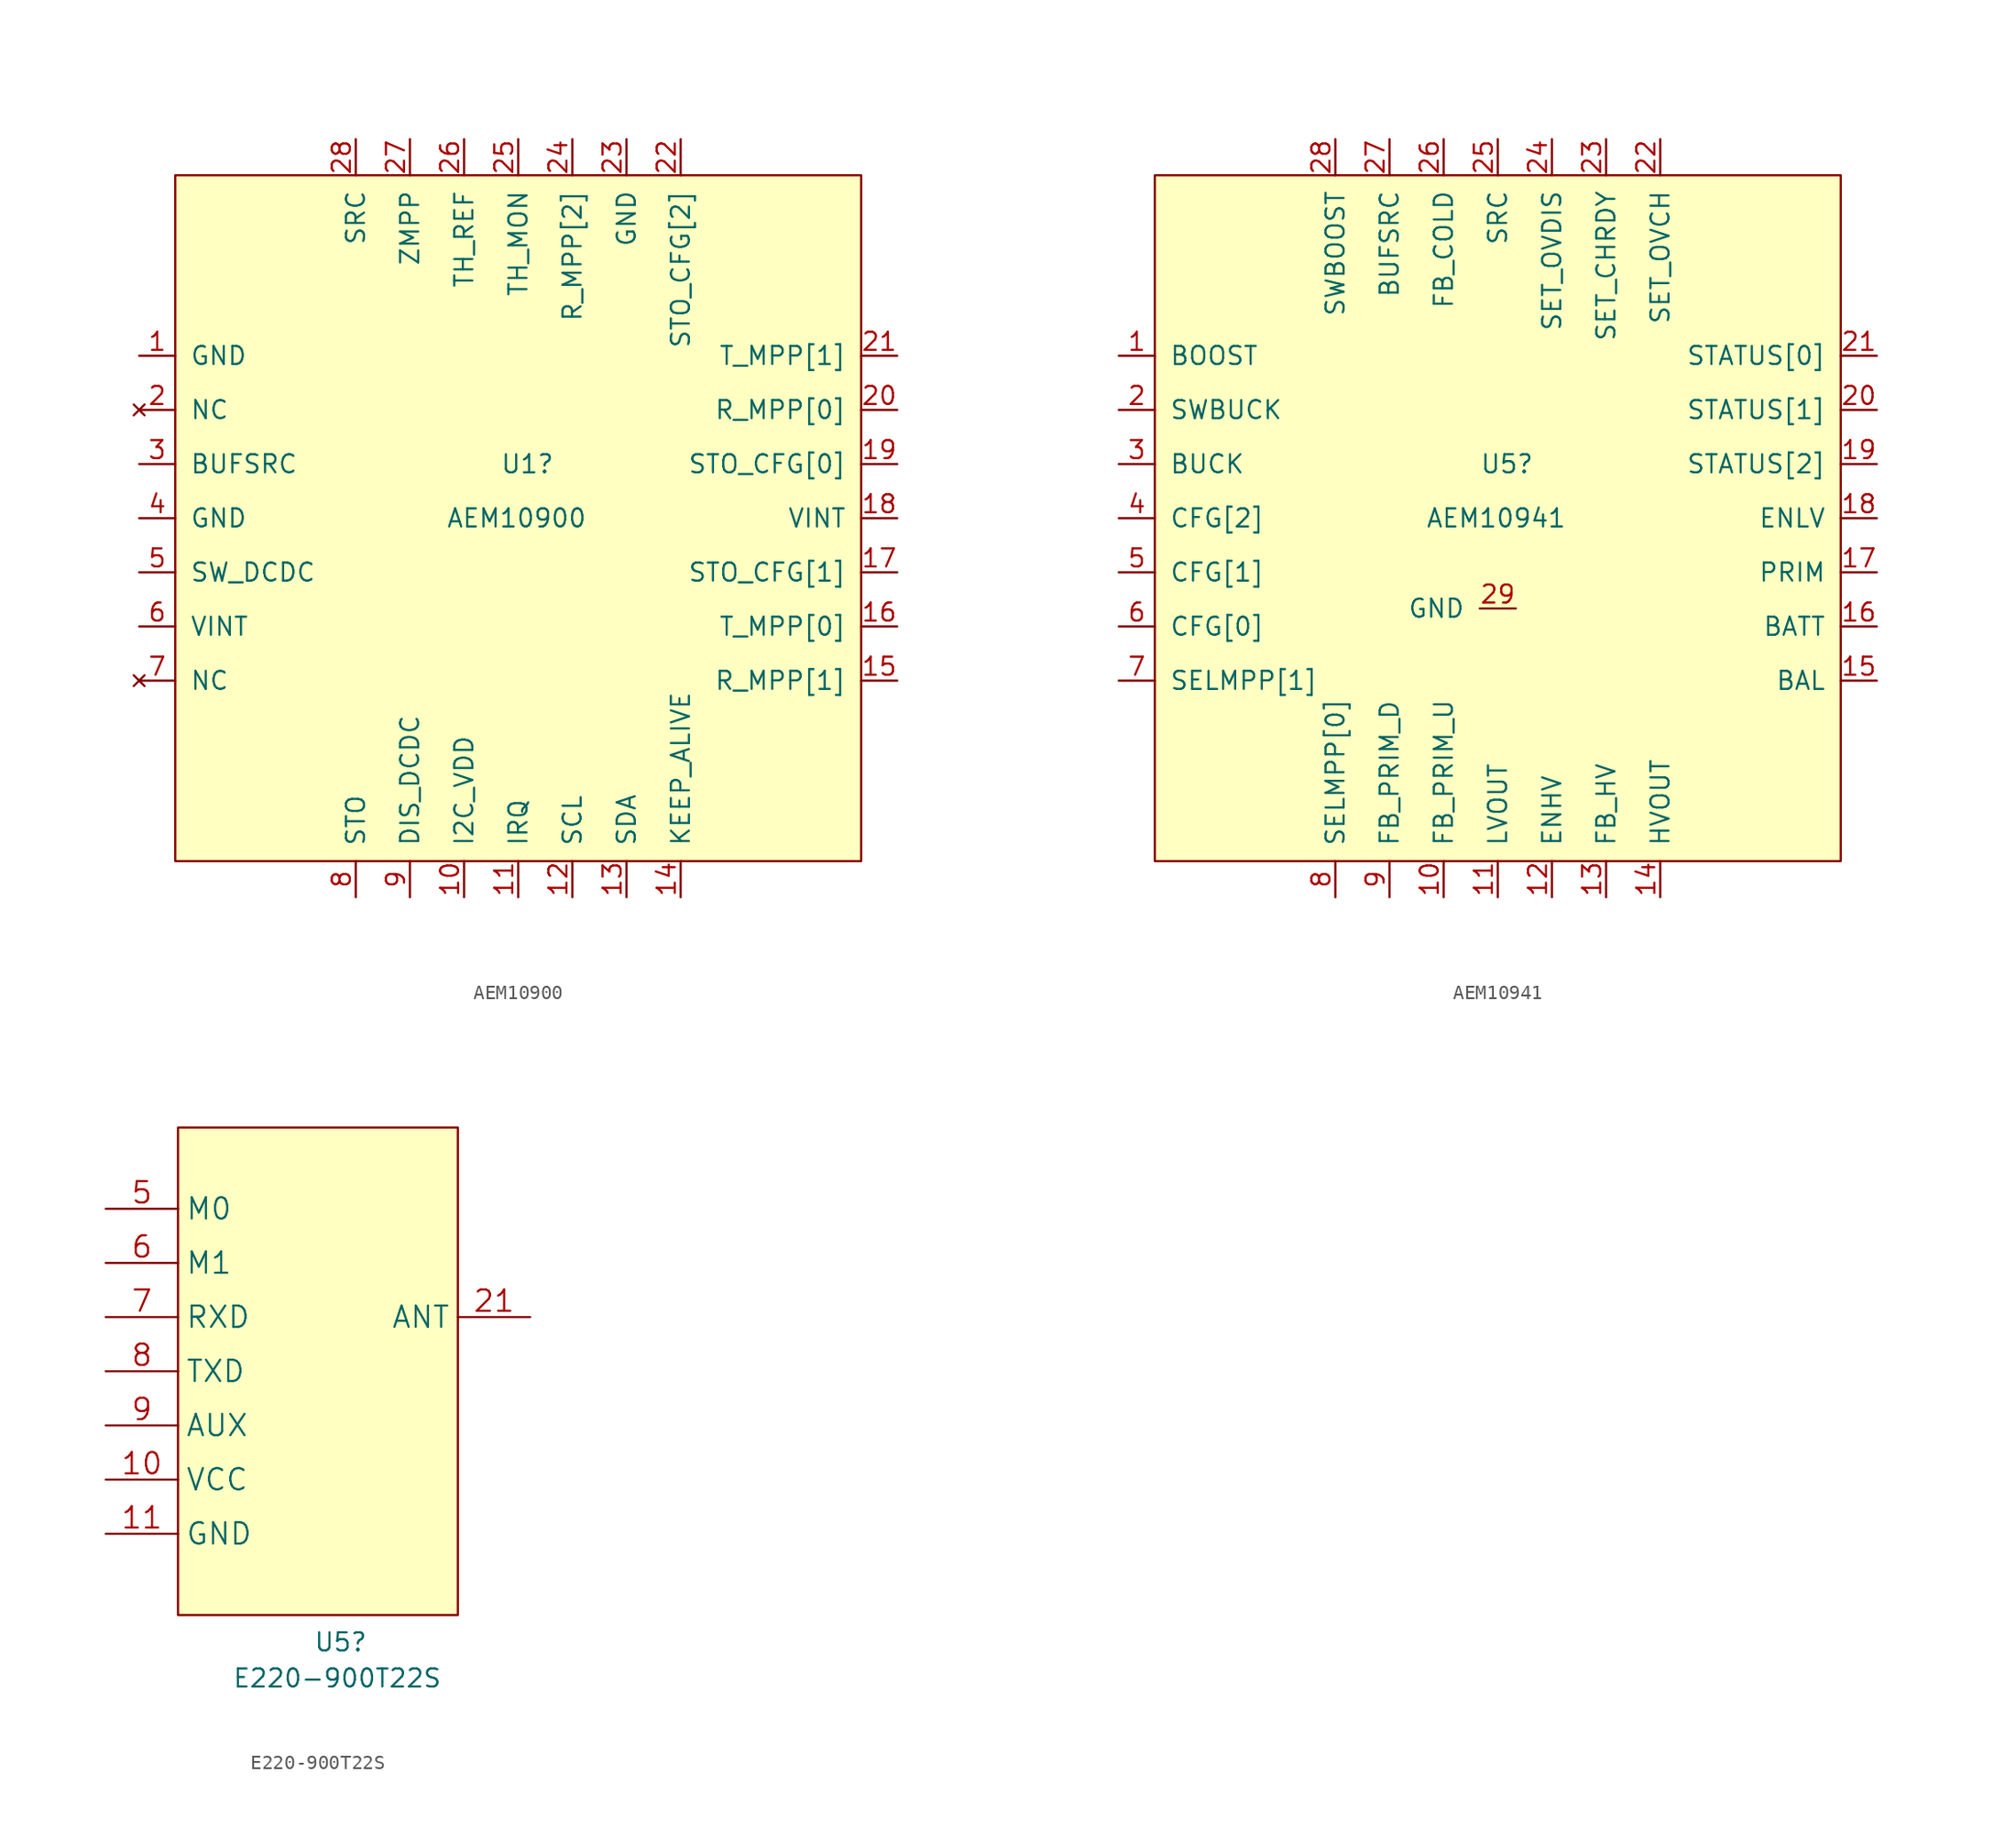
<source format=kicad_sym>
(kicad_symbol_lib
  (version 20241209)
  (generator "kicad_symbol_editor")
  (generator_version "9.0")
  (symbol "AEM10900"
    (pin_names
      (offset 1.016))
    (property "Reference" "U1"
      (at -1.27 3.81 0)
      (effects (font (size 1.27 1.27)) (justify left)))
    (property "Value" "AEM10900"
      (at -5.08 0 0)
      (effects (font (size 1.27 1.27)) (justify left)))
    (symbol "AEM10900_0_0"
      (pin input line (at 1.27 -6.35 180) (length 2.54) (hide yes) (name "GND" (effects (font (size 1.27 1.27)))) (number "29" (effects (font (size 1.27 1.27))))))
    (symbol "AEM10900_0_1"
      (rectangle (start -24.13 24.13) (end 24.13 -24.13) (stroke (width 0) (type default)) (fill (type background))))
    (symbol "AEM10900_1_0"
      (pin no_connect line (at -26.67 7.62 0) (length 2.54) (name "NC" (effects (font (size 1.27 1.27)))) (number "2" (effects (font (size 1.27 1.27)))))
      (pin input line (at -26.67 3.81 0) (length 2.54) (name "BUFSRC" (effects (font (size 1.27 1.27)))) (number "3" (effects (font (size 1.27 1.27)))))
      (pin input line (at -26.67 0 0) (length 2.54) (name "GND" (effects (font (size 1.27 1.27)))) (number "4" (effects (font (size 1.27 1.27)))))
      (pin input line (at -26.67 -3.81 0) (length 2.54) (name "SW_DCDC" (effects (font (size 1.27 1.27)))) (number "5" (effects (font (size 1.27 1.27)))))
      (pin input line (at -26.67 -7.62 0) (length 2.54) (name "VINT" (effects (font (size 1.27 1.27)))) (number "6" (effects (font (size 1.27 1.27)))))
      (pin no_connect line (at -26.67 -11.43 0) (length 2.54) (name "NC" (effects (font (size 1.27 1.27)))) (number "7" (effects (font (size 1.27 1.27)))))
      (pin input line (at -11.43 26.67 270) (length 2.54) (name "SRC" (effects (font (size 1.27 1.27)))) (number "28" (effects (font (size 1.27 1.27)))))
      (pin input line (at -11.43 -26.67 90) (length 2.54) (name "STO" (effects (font (size 1.27 1.27)))) (number "8" (effects (font (size 1.27 1.27)))))
      (pin input line (at -7.62 26.67 270) (length 2.54) (name "ZMPP" (effects (font (size 1.27 1.27)))) (number "27" (effects (font (size 1.27 1.27)))))
      (pin input line (at -7.62 -26.67 90) (length 2.54) (name "DIS_DCDC" (effects (font (size 1.27 1.27)))) (number "9" (effects (font (size 1.27 1.27)))))
      (pin input line (at -3.81 26.67 270) (length 2.54) (name "TH_REF" (effects (font (size 1.27 1.27)))) (number "26" (effects (font (size 1.27 1.27)))))
      (pin input line (at -3.81 -26.67 90) (length 2.54) (name "I2C_VDD" (effects (font (size 1.27 1.27)))) (number "10" (effects (font (size 1.27 1.27)))))
      (pin input line (at 0 26.67 270) (length 2.54) (name "TH_MON" (effects (font (size 1.27 1.27)))) (number "25" (effects (font (size 1.27 1.27)))))
      (pin input line (at 0 -26.67 90) (length 2.54) (name "IRQ" (effects (font (size 1.27 1.27)))) (number "11" (effects (font (size 1.27 1.27)))))
      (pin input line (at 3.81 26.67 270) (length 2.54) (name "R_MPP[2]" (effects (font (size 1.27 1.27)))) (number "24" (effects (font (size 1.27 1.27)))))
      (pin input line (at 3.81 -26.67 90) (length 2.54) (name "SCL" (effects (font (size 1.27 1.27)))) (number "12" (effects (font (size 1.27 1.27)))))
      (pin input line (at 7.62 26.67 270) (length 2.54) (name "GND" (effects (font (size 1.27 1.27)))) (number "23" (effects (font (size 1.27 1.27)))))
      (pin input line (at 7.62 -26.67 90) (length 2.54) (name "SDA" (effects (font (size 1.27 1.27)))) (number "13" (effects (font (size 1.27 1.27)))))
      (pin input line (at 11.43 26.67 270) (length 2.54) (name "STO_CFG[2]" (effects (font (size 1.27 1.27)))) (number "22" (effects (font (size 1.27 1.27)))))
      (pin input line (at 11.43 -26.67 90) (length 2.54) (name "KEEP_ALIVE" (effects (font (size 1.27 1.27)))) (number "14" (effects (font (size 1.27 1.27)))))
      (pin input line (at 26.67 11.43 180) (length 2.54) (name "T_MPP[1]" (effects (font (size 1.27 1.27)))) (number "21" (effects (font (size 1.27 1.27)))))
      (pin input line (at 26.67 7.62 180) (length 2.54) (name "R_MPP[0]" (effects (font (size 1.27 1.27)))) (number "20" (effects (font (size 1.27 1.27)))))
      (pin input line (at 26.67 3.81 180) (length 2.54) (name "STO_CFG[0]" (effects (font (size 1.27 1.27)))) (number "19" (effects (font (size 1.27 1.27)))))
      (pin input line (at 26.67 0 180) (length 2.54) (name "VINT" (effects (font (size 1.27 1.27)))) (number "18" (effects (font (size 1.27 1.27)))))
      (pin input line (at 26.67 -3.81 180) (length 2.54) (name "STO_CFG[1]" (effects (font (size 1.27 1.27)))) (number "17" (effects (font (size 1.27 1.27)))))
      (pin input line (at 26.67 -7.62 180) (length 2.54) (name "T_MPP[0]" (effects (font (size 1.27 1.27)))) (number "16" (effects (font (size 1.27 1.27)))))
      (pin input line (at 26.67 -11.43 180) (length 2.54) (name "R_MPP[1]" (effects (font (size 1.27 1.27)))) (number "15" (effects (font (size 1.27 1.27))))))
    (symbol "AEM10900_1_1"
      (pin input line (at -26.67 11.43 0) (length 2.54) (name "GND" (effects (font (size 1.27 1.27)))) (number "1" (effects (font (size 1.27 1.27)))))))
  (symbol "AEM10941"
    (pin_names
      (offset 1.016))
    (property "Reference" "U5"
      (at -1.27 3.81 0)
      (effects (font (size 1.27 1.27)) (justify left)))
    (property "Value" "AEM10941"
      (at -5.08 0 0)
      (effects (font (size 1.27 1.27)) (justify left)))
    (property "Description" ""
      (at 0 0 0)
      (effects (font (size 1.27 1.27))))
    (symbol "AEM10941_0_0"
      (pin input line (at -26.67 7.62 0) (length 2.54) (name "SWBUCK" (effects (font (size 1.27 1.27)))) (number "2" (effects (font (size 1.27 1.27)))))
      (pin input line (at -26.67 3.81 0) (length 2.54) (name "BUCK" (effects (font (size 1.27 1.27)))) (number "3" (effects (font (size 1.27 1.27)))))
      (pin input line (at -26.67 0 0) (length 2.54) (name "CFG[2]" (effects (font (size 1.27 1.27)))) (number "4" (effects (font (size 1.27 1.27)))))
      (pin input line (at -26.67 -3.81 0) (length 2.54) (name "CFG[1]" (effects (font (size 1.27 1.27)))) (number "5" (effects (font (size 1.27 1.27)))))
      (pin input line (at -26.67 -7.62 0) (length 2.54) (name "CFG[0]" (effects (font (size 1.27 1.27)))) (number "6" (effects (font (size 1.27 1.27)))))
      (pin input line (at -26.67 -11.43 0) (length 2.54) (name "SELMPP[1]" (effects (font (size 1.27 1.27)))) (number "7" (effects (font (size 1.27 1.27)))))
      (pin input line (at -11.43 26.67 270) (length 2.54) (name "SWBOOST" (effects (font (size 1.27 1.27)))) (number "28" (effects (font (size 1.27 1.27)))))
      (pin input line (at -11.43 -26.67 90) (length 2.54) (name "SELMPP[0]" (effects (font (size 1.27 1.27)))) (number "8" (effects (font (size 1.27 1.27)))))
      (pin input line (at -7.62 26.67 270) (length 2.54) (name "BUFSRC" (effects (font (size 1.27 1.27)))) (number "27" (effects (font (size 1.27 1.27)))))
      (pin input line (at -7.62 -26.67 90) (length 2.54) (name "FB_PRIM_D" (effects (font (size 1.27 1.27)))) (number "9" (effects (font (size 1.27 1.27)))))
      (pin input line (at -3.81 26.67 270) (length 2.54) (name "FB_COLD" (effects (font (size 1.27 1.27)))) (number "26" (effects (font (size 1.27 1.27)))))
      (pin input line (at -3.81 -26.67 90) (length 2.54) (name "FB_PRIM_U" (effects (font (size 1.27 1.27)))) (number "10" (effects (font (size 1.27 1.27)))))
      (pin input line (at 0 26.67 270) (length 2.54) (name "SRC" (effects (font (size 1.27 1.27)))) (number "25" (effects (font (size 1.27 1.27)))))
      (pin input line (at 0 -26.67 90) (length 2.54) (name "LVOUT" (effects (font (size 1.27 1.27)))) (number "11" (effects (font (size 1.27 1.27)))))
      (pin input line (at 3.81 26.67 270) (length 2.54) (name "SET_OVDIS" (effects (font (size 1.27 1.27)))) (number "24" (effects (font (size 1.27 1.27)))))
      (pin input line (at 3.81 -26.67 90) (length 2.54) (name "ENHV" (effects (font (size 1.27 1.27)))) (number "12" (effects (font (size 1.27 1.27)))))
      (pin input line (at 7.62 26.67 270) (length 2.54) (name "SET_CHRDY" (effects (font (size 1.27 1.27)))) (number "23" (effects (font (size 1.27 1.27)))))
      (pin input line (at 7.62 -26.67 90) (length 2.54) (name "FB_HV" (effects (font (size 1.27 1.27)))) (number "13" (effects (font (size 1.27 1.27)))))
      (pin input line (at 11.43 26.67 270) (length 2.54) (name "SET_OVCH" (effects (font (size 1.27 1.27)))) (number "22" (effects (font (size 1.27 1.27)))))
      (pin input line (at 11.43 -26.67 90) (length 2.54) (name "HVOUT" (effects (font (size 1.27 1.27)))) (number "14" (effects (font (size 1.27 1.27)))))
      (pin input line (at 26.67 11.43 180) (length 2.54) (name "STATUS[0]" (effects (font (size 1.27 1.27)))) (number "21" (effects (font (size 1.27 1.27)))))
      (pin input line (at 26.67 7.62 180) (length 2.54) (name "STATUS[1]" (effects (font (size 1.27 1.27)))) (number "20" (effects (font (size 1.27 1.27)))))
      (pin input line (at 26.67 3.81 180) (length 2.54) (name "STATUS[2]" (effects (font (size 1.27 1.27)))) (number "19" (effects (font (size 1.27 1.27)))))
      (pin input line (at 26.67 0 180) (length 2.54) (name "ENLV" (effects (font (size 1.27 1.27)))) (number "18" (effects (font (size 1.27 1.27)))))
      (pin input line (at 26.67 -3.81 180) (length 2.54) (name "PRIM" (effects (font (size 1.27 1.27)))) (number "17" (effects (font (size 1.27 1.27)))))
      (pin input line (at 26.67 -11.43 180) (length 2.54) (name "BAL" (effects (font (size 1.27 1.27)))) (number "15" (effects (font (size 1.27 1.27))))))
    (symbol "AEM10941_0_1"
      (rectangle (start -24.13 24.13) (end 24.13 -24.13) (stroke (width 0) (type default)) (fill (type background))))
    (symbol "AEM10941_1_0"
      (pin power_in line (at 1.27 -6.35 180) (length 2.54) (name "GND" (effects (font (size 1.27 1.27)))) (number "29" (effects (font (size 1.27 1.27)))))
      (pin power_out line (at 26.67 -7.62 180) (length 2.54) (name "BATT" (effects (font (size 1.27 1.27)))) (number "16" (effects (font (size 1.27 1.27))))))
    (symbol "AEM10941_1_1"
      (pin input line (at -26.67 11.43 0) (length 2.54) (name "BOOST" (effects (font (size 1.27 1.27)))) (number "1" (effects (font (size 1.27 1.27)))))))
  (symbol "E220-900T22S"
    (property "Reference" "U5"
      (at 0 -19.05 0)
      (effects (font (size 1.27 1.27)) (justify left)))
    (property "Value" "E220-900T22S"
      (at -5.715 -21.59 0)
      (effects (font (size 1.27 1.27)) (justify left)))
    (symbol "E220-900T22S_1_1"
      (rectangle (start -9.525 17.145) (end 10.16 -17.145) (stroke (width 0) (type default)) (fill (type background)))
      (pin input line (at -14.605 11.43 0) (length 5.08) (name "M0" (effects (font (size 1.499 1.499)))) (number "5" (effects (font (size 1.499 1.499)))))
      (pin input line (at -14.605 7.62 0) (length 5.08) (name "M1" (effects (font (size 1.499 1.499)))) (number "6" (effects (font (size 1.499 1.499)))))
      (pin input line (at -14.605 3.81 0) (length 5.08) (name "RXD" (effects (font (size 1.499 1.499)))) (number "7" (effects (font (size 1.499 1.499)))))
      (pin output line (at -14.605 0 0) (length 5.08) (name "TXD" (effects (font (size 1.499 1.499)))) (number "8" (effects (font (size 1.499 1.499)))))
      (pin output line (at -14.605 -3.81 0) (length 5.08) (name "AUX" (effects (font (size 1.499 1.499)))) (number "9" (effects (font (size 1.499 1.499)))))
      (pin power_in line (at -14.605 -7.62 0) (length 5.08) (name "VCC" (effects (font (size 1.499 1.499)))) (number "10" (effects (font (size 1.499 1.499)))))
      (pin power_in line (at -14.605 -11.43 0) (length 5.08) (hide yes) (name "GND" (effects (font (size 1.499 1.499)))) (number "1" (effects (font (size 1.499 1.499)))))
      (pin power_in line (at -14.605 -11.43 0) (length 5.08) (name "GND" (effects (font (size 1.499 1.499)))) (number "11" (effects (font (size 1.499 1.499)))))
      (pin power_in line (at -14.605 -11.43 0) (length 5.08) (hide yes) (name "GND" (effects (font (size 1.499 1.499)))) (number "13" (effects (font (size 1.499 1.499)))))
      (pin power_in line (at -14.605 -11.43 0) (length 5.08) (hide yes) (name "GND" (effects (font (size 1.499 1.499)))) (number "19" (effects (font (size 1.499 1.499)))))
      (pin power_in line (at -14.605 -11.43 0) (length 5.08) (hide yes) (name "GND" (effects (font (size 1.499 1.499)))) (number "2" (effects (font (size 1.499 1.499)))))
      (pin power_in line (at -14.605 -11.43 0) (length 5.08) (hide yes) (name "GND" (effects (font (size 1.499 1.499)))) (number "20" (effects (font (size 1.499 1.499)))))
      (pin power_in line (at -14.605 -11.43 0) (length 5.08) (hide yes) (name "GND" (effects (font (size 1.499 1.499)))) (number "22" (effects (font (size 1.499 1.499)))))
      (pin power_in line (at -14.605 -11.43 0) (length 5.08) (hide yes) (name "GND" (effects (font (size 1.499 1.499)))) (number "3" (effects (font (size 1.499 1.499)))))
      (pin power_in line (at -14.605 -11.43 0) (length 5.08) (hide yes) (name "GND" (effects (font (size 1.499 1.499)))) (number "4" (effects (font (size 1.499 1.499)))))
      (pin bidirectional line (at 15.24 3.81 180) (length 5.08) (name "ANT" (effects (font (size 1.499 1.499)))) (number "21" (effects (font (size 1.499 1.499)))))
      (pin no_connect line (at 15.24 -5.08 180) (length 5.08) (hide yes) (name "NC" (effects (font (size 1.499 1.499)))) (number "12" (effects (font (size 1.499 1.499))))))))
</source>
